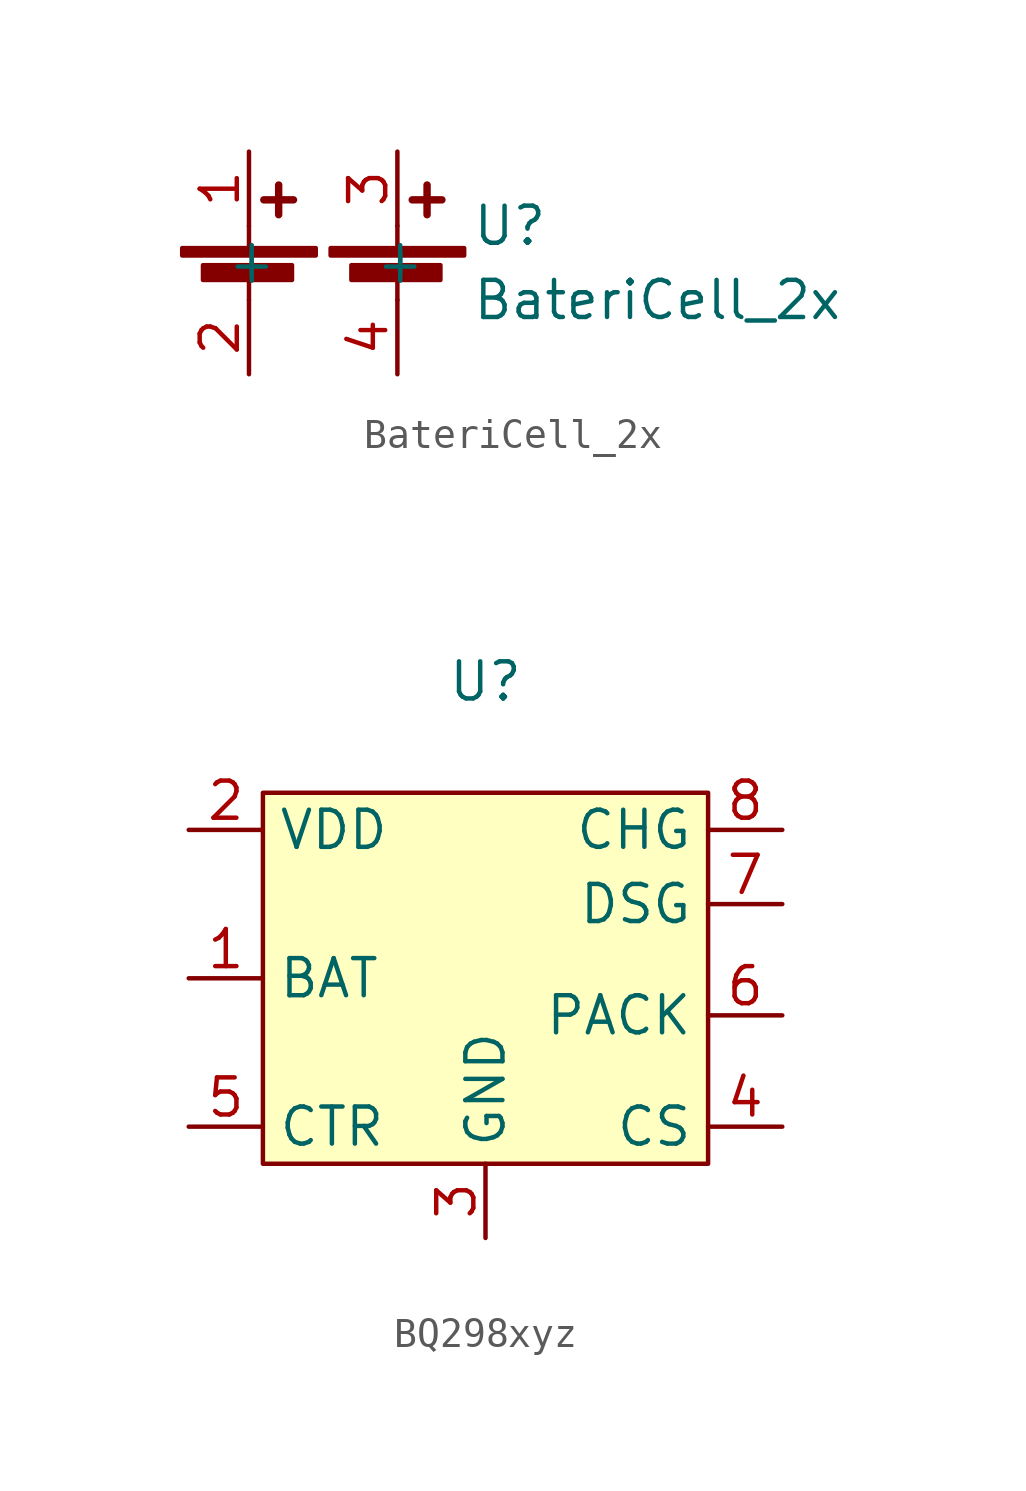
<source format=kicad_sym>
(kicad_symbol_lib
  (version 20220914)
  (generator kicad_symbol_editor)
  (symbol "BateriCell_2x"
    (property "Reference" "U"
      (at 5.08 1.27 0)
      (effects (font (size 1.27 1.27)) (justify left)))
    (property "Value" "BateriCell_2x"
      (at 5.08 -1.27 0)
      (effects (font (size 1.27 1.27)) (justify left)))
    (symbol "BateriCell_2x_0_1"
      (rectangle (start -4.826 0.508) (end -0.254 0.254) (stroke (width 0) (type default)) (fill (type outline)))
      (rectangle (start -4.115 -0.076) (end -1.067 -0.584) (stroke (width 0) (type default)) (fill (type outline)))
      (polyline (pts (xy -2.54 -0.508) (xy -2.54 -1.27)) (stroke (width 0) (type default)) (fill (type none)))
      (polyline (pts (xy -2.54 0.508) (xy -2.54 1.27)) (stroke (width 0) (type default)) (fill (type none)))
      (polyline (pts (xy -2.032 2.159) (xy -1.016 2.159)) (stroke (width 0.254) (type default)) (fill (type none)))
      (polyline (pts (xy -1.524 2.667) (xy -1.524 1.651)) (stroke (width 0.254) (type default)) (fill (type none)))
      (polyline (pts (xy 2.54 -0.508) (xy 2.54 -1.27)) (stroke (width 0) (type default)) (fill (type none)))
      (polyline (pts (xy 2.54 0.508) (xy 2.54 1.27)) (stroke (width 0) (type default)) (fill (type none)))
      (polyline (pts (xy 3.048 2.159) (xy 4.064 2.159)) (stroke (width 0.254) (type default)) (fill (type none)))
      (polyline (pts (xy 3.556 2.667) (xy 3.556 1.651)) (stroke (width 0.254) (type default)) (fill (type none)))
      (rectangle (start 0.254 0.508) (end 4.826 0.254) (stroke (width 0) (type default)) (fill (type outline)))
      (rectangle (start 0.965 -0.076) (end 4.013 -0.584) (stroke (width 0) (type default)) (fill (type outline))))
    (symbol "BateriCell_2x_1_1"
      (pin passive line (at -2.54 3.81 270) (length 2.54) (name "+" (effects (font (size 1.27 1.27)))) (number "1" (effects (font (size 1.27 1.27)))))
      (pin passive line (at -2.54 -3.81 90) (length 2.54) (name "-" (effects (font (size 1.27 1.27)))) (number "2" (effects (font (size 1.27 1.27)))))
      (pin passive line (at 2.54 3.81 270) (length 2.54) (name "+" (effects (font (size 1.27 1.27)))) (number "3" (effects (font (size 1.27 1.27)))))
      (pin passive line (at 2.54 -3.81 90) (length 2.54) (name "-" (effects (font (size 1.27 1.27)))) (number "4" (effects (font (size 1.27 1.27)))))))
  (symbol "BQ298xyz"
    (property "Reference" "U"
      (at 0 5.08 0)
      (effects (font (size 1.27 1.27))))
    (property "Value" ""
      (at 0 0 0)
      (effects (font (size 1.27 1.27))))
    (symbol "BQ298xyz_1_1"
      (rectangle (start -7.62 1.27) (end 7.62 -11.43) (stroke (width 0) (type default)) (fill (type background)))
      (pin input line (at -10.16 -5.08 0) (length 2.54) (name "BAT" (effects (font (size 1.27 1.27)))) (number "1" (effects (font (size 1.27 1.27)))))
      (pin input line (at -10.16 0 0) (length 2.54) (name "VDD" (effects (font (size 1.27 1.27)))) (number "2" (effects (font (size 1.27 1.27)))))
      (pin passive line (at 0 -13.97 90) (length 2.54) (name "GND" (effects (font (size 1.27 1.27)))) (number "3" (effects (font (size 1.27 1.27)))))
      (pin input line (at 10.16 -10.16 180) (length 2.54) (name "CS" (effects (font (size 1.27 1.27)))) (number "4" (effects (font (size 1.27 1.27)))))
      (pin input line (at -10.16 -10.16 0) (length 2.54) (name "CTR" (effects (font (size 1.27 1.27)))) (number "5" (effects (font (size 1.27 1.27)))))
      (pin input line (at 10.16 -6.35 180) (length 2.54) (name "PACK" (effects (font (size 1.27 1.27)))) (number "6" (effects (font (size 1.27 1.27)))))
      (pin output line (at 10.16 -2.54 180) (length 2.54) (name "DSG" (effects (font (size 1.27 1.27)))) (number "7" (effects (font (size 1.27 1.27)))))
      (pin output line (at 10.16 0 180) (length 2.54) (name "CHG" (effects (font (size 1.27 1.27)))) (number "8" (effects (font (size 1.27 1.27))))))))
</source>
